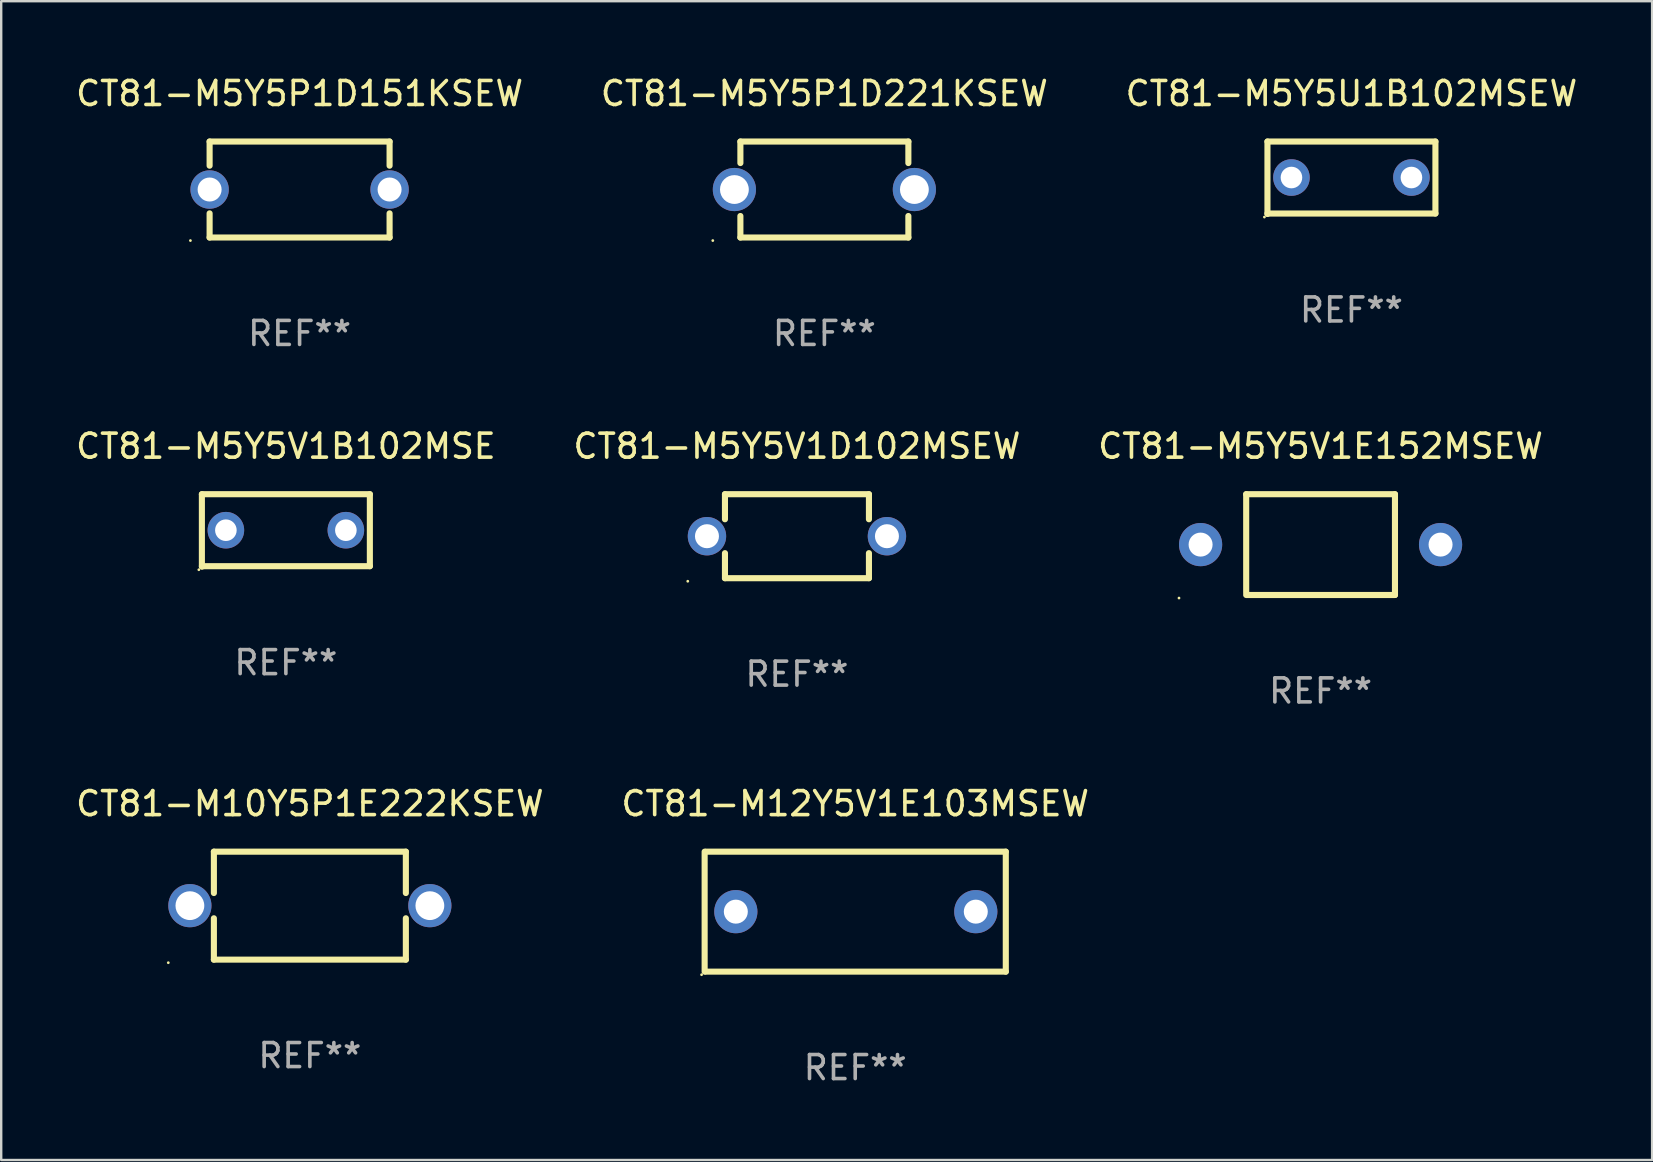
<source format=kicad_pcb>
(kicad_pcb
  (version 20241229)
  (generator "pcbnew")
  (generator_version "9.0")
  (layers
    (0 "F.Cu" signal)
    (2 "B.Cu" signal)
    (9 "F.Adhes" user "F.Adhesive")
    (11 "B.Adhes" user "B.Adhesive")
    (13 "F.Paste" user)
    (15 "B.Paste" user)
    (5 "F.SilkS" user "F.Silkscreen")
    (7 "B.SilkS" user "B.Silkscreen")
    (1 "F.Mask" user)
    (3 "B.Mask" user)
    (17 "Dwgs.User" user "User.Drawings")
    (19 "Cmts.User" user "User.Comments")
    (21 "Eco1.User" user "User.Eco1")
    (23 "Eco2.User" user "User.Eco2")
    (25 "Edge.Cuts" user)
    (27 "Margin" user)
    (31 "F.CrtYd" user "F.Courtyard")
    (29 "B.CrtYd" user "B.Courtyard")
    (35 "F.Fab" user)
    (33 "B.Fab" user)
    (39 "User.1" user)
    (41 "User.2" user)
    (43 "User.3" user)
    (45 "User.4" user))
  (footprint "CT81-M5Y5P1D151KSEW"
    (layer "F.Cu")
    (at 9.435 4.848)
    (property "Reference" "CT81-M5Y5P1D151KSEW" (at 0 -4 0) (layer "F.SilkS") (effects (font (size 1 1) (thickness 0.15))))
    (attr through_hole)
    (fp_line (start -3.75 -2) (end 3.75 -2) (stroke (width 0.254) (type solid)) (layer "F.SilkS"))
    (fp_line (start -3.75 -0.993) (end -3.75 -2) (stroke (width 0.254) (type solid)) (layer "F.SilkS"))
    (fp_line (start -3.75 2) (end -3.75 0.993) (stroke (width 0.254) (type solid)) (layer "F.SilkS"))
    (fp_line (start 3.75 -2) (end 3.75 -0.993) (stroke (width 0.254) (type solid)) (layer "F.SilkS"))
    (fp_line (start 3.75 0.993) (end 3.75 2) (stroke (width 0.254) (type solid)) (layer "F.SilkS"))
    (fp_line (start 3.75 2) (end -3.75 2) (stroke (width 0.254) (type solid)) (layer "F.SilkS"))
    (fp_circle (center -4.55 2.127) (end -4.52 2.127) (stroke (width 0.06) (type solid)) (fill no) (layer "F.SilkS"))
    (fp_text user "REF**" (at 0 6 0) (layer "F.Fab") (effects (font (size 1 1) (thickness 0.15))))
    (pad "1" thru_hole circle (at -3.75 0) (size 1.6 1.6) (drill 1) (layers "*.Cu" "*.Mask"))
    (pad "2" thru_hole circle (at 3.75 0) (size 1.6 1.6) (drill 1) (layers "*.Cu" "*.Mask")))
  (footprint "CT81-M5Y5V1D102MSEW"
    (layer "F.Cu")
    (at 30.161 19.295)
    (property "Reference" "CT81-M5Y5V1D102MSEW" (at 0 -3.75 0) (layer "F.SilkS") (effects (font (size 1 1) (thickness 0.15))))
    (attr through_hole)
    (fp_line (start -3 -1.75) (end -3 -0.706) (stroke (width 0.254) (type solid)) (layer "F.SilkS"))
    (fp_line (start -3 -1.75) (end 3 -1.75) (stroke (width 0.254) (type solid)) (layer "F.SilkS"))
    (fp_line (start -3 0.706) (end -3 1.75) (stroke (width 0.254) (type solid)) (layer "F.SilkS"))
    (fp_line (start 3 -1.75) (end 3 -0.706) (stroke (width 0.254) (type solid)) (layer "F.SilkS"))
    (fp_line (start 3 0.706) (end 3 1.75) (stroke (width 0.254) (type solid)) (layer "F.SilkS"))
    (fp_line (start 3 1.75) (end -3 1.75) (stroke (width 0.254) (type solid)) (layer "F.SilkS"))
    (fp_circle (center -4.55 1.877) (end -4.52 1.877) (stroke (width 0.06) (type solid)) (fill no) (layer "F.SilkS"))
    (fp_text user "REF**" (at 0 5.75 0) (layer "F.Fab") (effects (font (size 1 1) (thickness 0.15))))
    (pad "1" thru_hole circle (at -3.75 -0.000025) (size 1.6 1.6) (drill 1) (layers "*.Cu" "*.Mask"))
    (pad "2" thru_hole circle (at 3.75 -0.000025) (size 1.6 1.6) (drill 1) (layers "*.Cu" "*.Mask")))
  (footprint "CT81-M12Y5V1E103MSEW"
    (layer "F.Cu")
    (at 32.589 34.941)
    (property "Reference" "CT81-M12Y5V1E103MSEW" (at 0 -4.5 0) (layer "F.SilkS") (effects (font (size 1 1) (thickness 0.15))))
    (attr through_hole)
    (fp_line (start -6.275 -2.5) (end -6.275 2.5) (stroke (width 0.254) (type solid)) (layer "F.SilkS"))
    (fp_line (start -6.225 -2.5) (end 6.275 -2.5) (stroke (width 0.254) (type solid)) (layer "F.SilkS"))
    (fp_line (start -6.225 2.5) (end 6.275 2.5) (stroke (width 0.254) (type solid)) (layer "F.SilkS"))
    (fp_line (start 6.275 -2.5) (end 6.275 2.5) (stroke (width 0.254) (type solid)) (layer "F.SilkS"))
    (fp_circle (center -6.402 2.627) (end -6.372 2.627) (stroke (width 0.06) (type solid)) (fill no) (layer "F.SilkS"))
    (fp_text user "REF**" (at 0 6.5 0) (layer "F.Fab") (effects (font (size 1 1) (thickness 0.15))))
    (pad "1" thru_hole circle (at -4.975 0) (size 1.8 1.8) (drill 1) (layers "*.Cu" "*.Mask"))
    (pad "2" thru_hole circle (at 5.025 0) (size 1.8 1.8) (drill 1) (layers "*.Cu" "*.Mask")))
  (footprint "CT81-M5Y5V1B102MSE"
    (layer "F.Cu")
    (at 8.863 19.055)
    (property "Reference" "CT81-M5Y5V1B102MSE" (at 0 -3.51 0) (layer "F.SilkS") (effects (font (size 1 1) (thickness 0.15))))
    (attr through_hole)
    (fp_line (start -3.5 -1.51) (end 3.5 -1.51) (stroke (width 0.254) (type solid)) (layer "F.SilkS"))
    (fp_line (start -3.5 1.51) (end -3.5 -1.51) (stroke (width 0.254) (type solid)) (layer "F.SilkS"))
    (fp_line (start 3.5 -1.51) (end 3.5 1.49) (stroke (width 0.254) (type solid)) (layer "F.SilkS"))
    (fp_line (start 3.5 1.49) (end -3.5 1.49) (stroke (width 0.254) (type solid)) (layer "F.SilkS"))
    (fp_circle (center -3.627 1.637) (end -3.597 1.637) (stroke (width 0.06) (type solid)) (fill no) (layer "F.SilkS"))
    (fp_text user "REF**" (at 0 5.51 0) (layer "F.Fab") (effects (font (size 1 1) (thickness 0.15))))
    (pad "1" thru_hole circle (at -2.5 -0.01) (size 1.524 1.524) (drill 0.9) (layers "*.Cu" "*.Mask"))
    (pad "2" thru_hole circle (at 2.5 -0.01) (size 1.524 1.524) (drill 0.9) (layers "*.Cu" "*.Mask")))
  (footprint "CT81-M5Y5U1B102MSEW"
    (layer "F.Cu")
    (at 53.268 4.358)
    (property "Reference" "CT81-M5Y5U1B102MSEW" (at 0 -3.51 0) (layer "F.SilkS") (effects (font (size 1 1) (thickness 0.15))))
    (attr through_hole)
    (fp_line (start -3.5 -1.51) (end 3.5 -1.51) (stroke (width 0.254) (type solid)) (layer "F.SilkS"))
    (fp_line (start -3.5 1.51) (end -3.5 -1.51) (stroke (width 0.254) (type solid)) (layer "F.SilkS"))
    (fp_line (start 3.5 -1.51) (end 3.5 1.49) (stroke (width 0.254) (type solid)) (layer "F.SilkS"))
    (fp_line (start 3.5 1.49) (end -3.5 1.49) (stroke (width 0.254) (type solid)) (layer "F.SilkS"))
    (fp_circle (center -3.627 1.637) (end -3.597 1.637) (stroke (width 0.06) (type solid)) (fill no) (layer "F.SilkS"))
    (fp_text user "REF**" (at 0 5.51 0) (layer "F.Fab") (effects (font (size 1 1) (thickness 0.15))))
    (pad "1" thru_hole circle (at -2.5 -0.01) (size 1.524 1.524) (drill 0.9) (layers "*.Cu" "*.Mask"))
    (pad "2" thru_hole circle (at 2.5 -0.01) (size 1.524 1.524) (drill 0.9) (layers "*.Cu" "*.Mask")))
  (footprint "CT81-M5Y5P1D221KSEW"
    (layer "F.Cu")
    (at 31.304 4.848)
    (property "Reference" "CT81-M5Y5P1D221KSEW" (at 0 -4 0) (layer "F.SilkS") (effects (font (size 1 1) (thickness 0.15))))
    (attr through_hole)
    (fp_line (start -3.5 -2) (end -3.5 -1.103) (stroke (width 0.254) (type solid)) (layer "F.SilkS"))
    (fp_line (start -3.5 -2) (end 3.5 -2) (stroke (width 0.254) (type solid)) (layer "F.SilkS"))
    (fp_line (start -3.5 1.103) (end -3.5 2) (stroke (width 0.254) (type solid)) (layer "F.SilkS"))
    (fp_line (start 3.5 -1.103) (end 3.5 -2) (stroke (width 0.254) (type solid)) (layer "F.SilkS"))
    (fp_line (start 3.5 2) (end -3.5 2) (stroke (width 0.254) (type solid)) (layer "F.SilkS"))
    (fp_line (start 3.5 2) (end 3.5 1.103) (stroke (width 0.254) (type solid)) (layer "F.SilkS"))
    (fp_circle (center -4.65 2.127) (end -4.62 2.127) (stroke (width 0.06) (type solid)) (fill no) (layer "F.SilkS"))
    (fp_text user "REF**" (at 0 6 0) (layer "F.Fab") (effects (font (size 1 1) (thickness 0.15))))
    (pad "1" thru_hole circle (at -3.75 0) (size 1.8 1.8) (drill 1.2) (layers "*.Cu" "*.Mask"))
    (pad "2" thru_hole circle (at 3.75 0) (size 1.8 1.8) (drill 1.2) (layers "*.Cu" "*.Mask")))
  (footprint "CT81-M10Y5P1E222KSEW"
    (layer "F.Cu")
    (at 9.863 34.691)
    (property "Reference" "CT81-M10Y5P1E222KSEW" (at 0 -4.25 0) (layer "F.SilkS") (effects (font (size 1 1) (thickness 0.15))))
    (attr through_hole)
    (fp_line (start -4 -2.25) (end -4 -0.526) (stroke (width 0.254) (type solid)) (layer "F.SilkS"))
    (fp_line (start -4 -2.25) (end 4 -2.25) (stroke (width 0.254) (type solid)) (layer "F.SilkS"))
    (fp_line (start -4 0.526) (end -4 2.25) (stroke (width 0.254) (type solid)) (layer "F.SilkS"))
    (fp_line (start 4 -2.25) (end 4 -0.526) (stroke (width 0.254) (type solid)) (layer "F.SilkS"))
    (fp_line (start 4 0.526) (end 4 2.25) (stroke (width 0.254) (type solid)) (layer "F.SilkS"))
    (fp_line (start 4 2.25) (end -4 2.25) (stroke (width 0.254) (type solid)) (layer "F.SilkS"))
    (fp_circle (center -5.9 2.377) (end -5.87 2.377) (stroke (width 0.06) (type solid)) (fill no) (layer "F.SilkS"))
    (fp_text user "REF**" (at 0 6.25 0) (layer "F.Fab") (effects (font (size 1 1) (thickness 0.15))))
    (pad "1" thru_hole circle (at -5 0) (size 1.8 1.8) (drill 1.2) (layers "*.Cu" "*.Mask"))
    (pad "2" thru_hole circle (at 5 0) (size 1.8 1.8) (drill 1.2) (layers "*.Cu" "*.Mask")))
  (footprint "CT81-M5Y5V1E152MSEW"
    (layer "F.Cu")
    (at 51.982 19.645)
    (property "Reference" "CT81-M5Y5V1E152MSEW" (at 0 -4.1 0) (layer "F.SilkS") (effects (font (size 1 1) (thickness 0.15))))
    (attr through_hole)
    (fp_line (start -3.1 -2.1) (end -3.1 2) (stroke (width 0.254) (type solid)) (layer "F.SilkS"))
    (fp_line (start -3.1 -2.1) (end 3.1 -2.1) (stroke (width 0.254) (type solid)) (layer "F.SilkS"))
    (fp_line (start -3.1 2.1) (end 3.1 2.1) (stroke (width 0.254) (type solid)) (layer "F.SilkS"))
    (fp_line (start 3.1 -2.1) (end 3.1 2.1) (stroke (width 0.254) (type solid)) (layer "F.SilkS"))
    (fp_circle (center -5.9 2.227) (end -5.87 2.227) (stroke (width 0.06) (type solid)) (fill no) (layer "F.SilkS"))
    (fp_text user "REF**" (at 0 6.1 0) (layer "F.Fab") (effects (font (size 1 1) (thickness 0.15))))
    (pad "1" thru_hole circle (at -5 0) (size 1.8 1.8) (drill 1) (layers "*.Cu" "*.Mask"))
    (pad "2" thru_hole circle (at 5 0) (size 1.8 1.8) (drill 1) (layers "*.Cu" "*.Mask")))
  (gr_rect
    (start -3 -3)
    (end 65.798 45.289)
    (stroke (width 0.1) (type default))
    (fill no)
    (layer "Edge.Cuts")))
</source>
